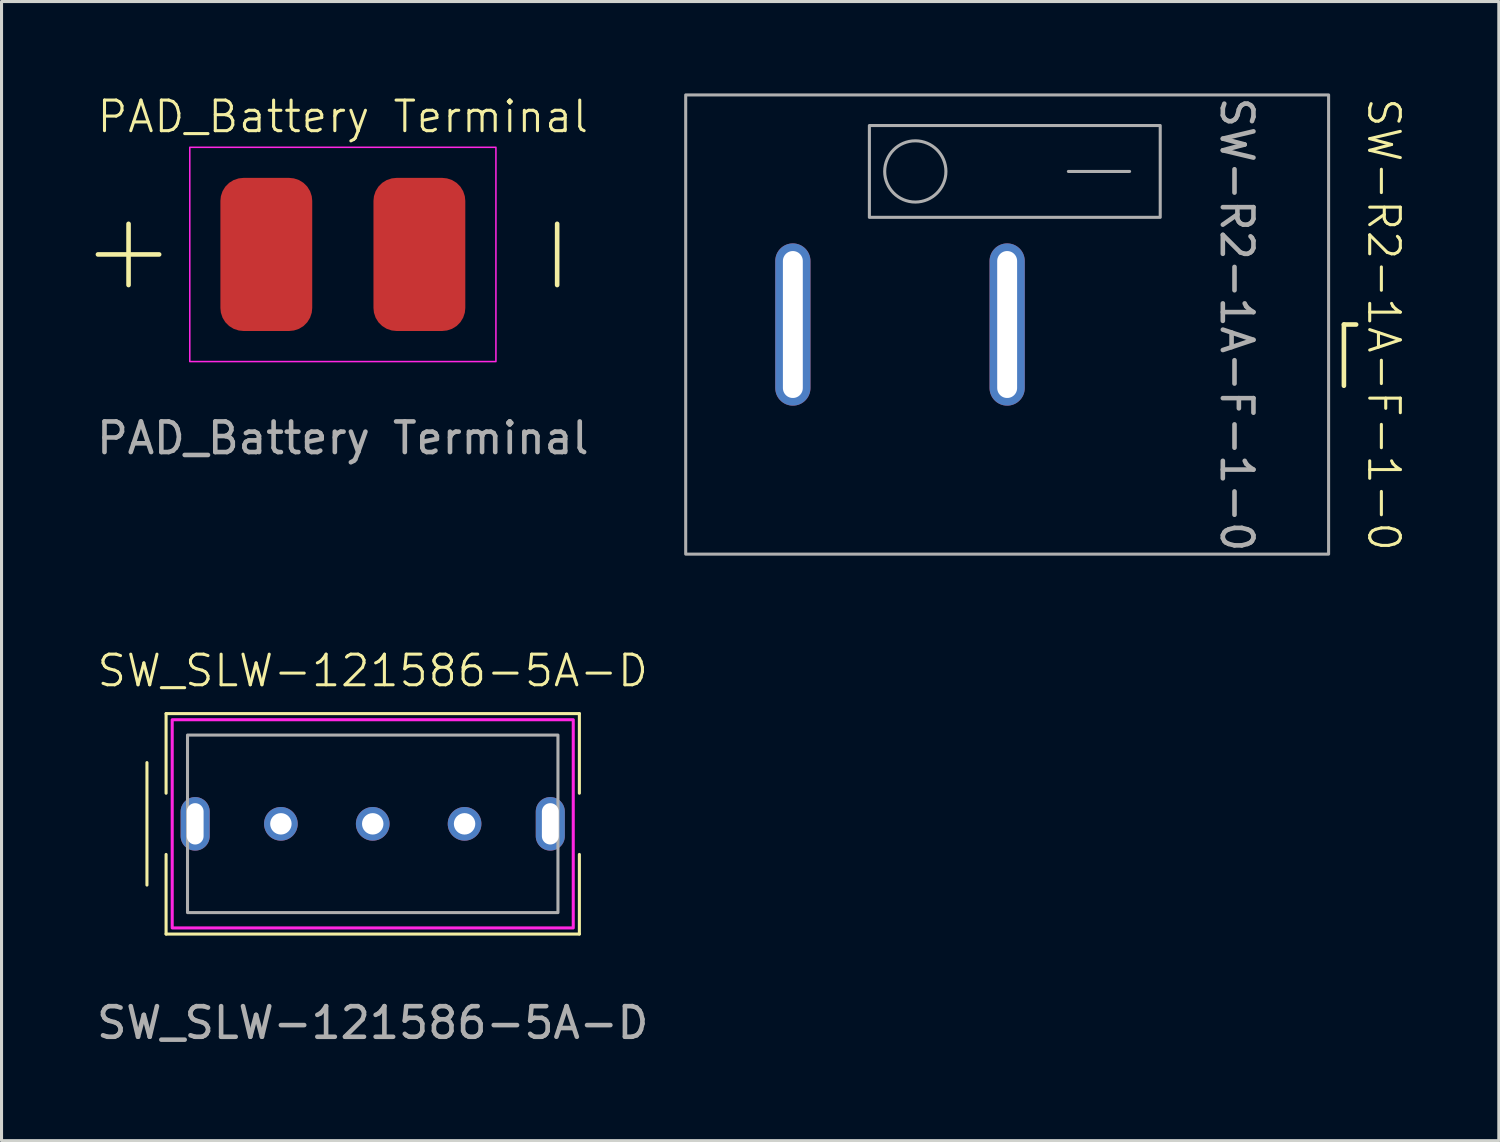
<source format=kicad_pcb>
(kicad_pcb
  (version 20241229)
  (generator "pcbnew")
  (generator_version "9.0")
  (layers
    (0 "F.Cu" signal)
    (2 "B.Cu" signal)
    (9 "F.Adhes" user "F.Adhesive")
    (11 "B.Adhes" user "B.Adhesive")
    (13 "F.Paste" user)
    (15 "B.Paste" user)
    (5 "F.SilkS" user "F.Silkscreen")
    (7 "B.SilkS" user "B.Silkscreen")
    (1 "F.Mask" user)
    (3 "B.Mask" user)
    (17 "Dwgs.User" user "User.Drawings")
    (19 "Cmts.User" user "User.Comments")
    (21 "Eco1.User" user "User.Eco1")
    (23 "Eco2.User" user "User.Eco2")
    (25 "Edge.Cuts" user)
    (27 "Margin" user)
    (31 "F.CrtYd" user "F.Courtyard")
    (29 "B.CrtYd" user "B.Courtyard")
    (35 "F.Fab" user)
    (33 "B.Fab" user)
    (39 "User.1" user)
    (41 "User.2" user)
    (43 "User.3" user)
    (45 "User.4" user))
  (footprint "SW_SLW-121586-5A-D"
    (layer "F.Cu")
    (at 9.125 23.86)
    (property "Reference" "SW_SLW-121586-5A-D" (at 0 -5 0) (unlocked yes) (layer "F.SilkS") (effects (font (size 1 1) (thickness 0.1))))
    (attr through_hole)
    (fp_line (start -7.375 -2) (end -7.375 2) (stroke (width 0.1) (type default)) (layer "F.SilkS"))
    (fp_line (start -6.75 -3.6) (end 6.75 -3.6) (stroke (width 0.1) (type default)) (layer "F.SilkS"))
    (fp_line (start -6.75 -1) (end -6.75 -3.6) (stroke (width 0.1) (type default)) (layer "F.SilkS"))
    (fp_line (start -6.75 3.6) (end -6.75 1) (stroke (width 0.1) (type default)) (layer "F.SilkS"))
    (fp_line (start 6.75 -3.6) (end 6.75 -1) (stroke (width 0.1) (type default)) (layer "F.SilkS"))
    (fp_line (start 6.75 1) (end 6.75 3.6) (stroke (width 0.1) (type default)) (layer "F.SilkS"))
    (fp_line (start 6.75 3.6) (end -6.75 3.6) (stroke (width 0.1) (type default)) (layer "F.SilkS"))
    (fp_rect (start -6.55 -3.4) (end 6.55 3.4) (stroke (width 0.1) (type default)) (fill no) (layer "F.CrtYd"))
    (fp_rect (start -6.05 -2.9) (end 6.05 2.9) (stroke (width 0.1) (type default)) (fill no) (layer "F.Fab"))
    (fp_text user "${REFERENCE}" (at 0 6.5 0) (unlocked yes) (layer "F.Fab") (effects (font (size 1 1) (thickness 0.15))))
    (pad "" thru_hole oval (at -5.8 0) (size 0.95 1.75) (drill oval 0.55 1.35) (layers "*.Cu" "*.Mask"))
    (pad "" thru_hole oval (at 5.8 0) (size 0.95 1.75) (drill oval 0.55 1.35) (layers "*.Cu" "*.Mask"))
    (pad "1" thru_hole circle (at -3 0) (size 1.1 1.1) (drill 0.7) (layers "*.Cu" "*.Mask"))
    (pad "2" thru_hole circle (at 0 0) (size 1.1 1.1) (drill 0.7) (layers "*.Cu" "*.Mask"))
    (pad "3" thru_hole circle (at 3 0) (size 1.1 1.1) (drill 0.7) (layers "*.Cu" "*.Mask")))
  (footprint "SW-R2-1A-F-1-0"
    (layer "F.Cu")
    (at 29.848 7.55)
    (property "Reference" "SW-R2-1A-F-1-0" (at 12.3 0 270) (unlocked yes) (layer "F.SilkS") (effects (font (size 1 1) (thickness 0.1))))
    (attr through_hole)
    (fp_line (start 11 0) (end 11.4 0) (stroke (width 0.15) (type default)) (layer "F.SilkS"))
    (fp_line (start 11 2) (end 11 0) (stroke (width 0.15) (type default)) (layer "F.SilkS"))
    (fp_line (start 2 -5) (end 4 -5) (stroke (width 0.1) (type default)) (layer "F.Fab"))
    (fp_rect (start -10.5 -7.5) (end 10.5 7.5) (stroke (width 0.1) (type default)) (fill no) (layer "F.Fab"))
    (fp_rect (start -4.5 -6.5) (end 5 -3.5) (stroke (width 0.1) (type default)) (fill no) (layer "F.Fab"))
    (fp_circle (center -3 -5) (end -2 -5) (stroke (width 0.1) (type default)) (fill no) (layer "F.Fab"))
    (fp_text user "${REFERENCE}" (at 7.5 0 270) (unlocked yes) (layer "F.Fab") (effects (font (size 1 1) (thickness 0.15))))
    (pad "1" thru_hole oval (at -7 0 180) (size 1.15 5.3) (drill oval 0.65 4.8) (layers "*.Cu" "*.Mask"))
    (pad "2" thru_hole oval (at 0 0) (size 1.15 5.3) (drill oval 0.65 4.8) (layers "*.Cu" "*.Mask")))
  (footprint "PAD_Battery Terminal"
    (layer "F.Cu")
    (at 8.149 5.261)
    (property "Reference" "PAD_Battery Terminal" (at 0 -4.5 0) (unlocked yes) (layer "F.SilkS") (effects (font (size 1 1) (thickness 0.1))))
    (attr smd)
    (fp_line (start -8 0) (end -6 0) (stroke (width 0.15) (type default)) (layer "F.SilkS"))
    (fp_line (start -7 -1) (end -7 1) (stroke (width 0.15) (type default)) (layer "F.SilkS"))
    (fp_line (start 7 -1) (end 7 1) (stroke (width 0.15) (type default)) (layer "F.SilkS"))
    (fp_rect (start -5 -3.5) (end 5 3.5) (stroke (width 0.05) (type default)) (fill no) (layer "F.CrtYd"))
    (fp_text user "${REFERENCE}" (at 0 6 0) (unlocked yes) (layer "F.Fab") (effects (font (size 1 1) (thickness 0.15))))
    (pad "1" smd roundrect (at -2.5 0) (size 3 5) (layers "F.Cu" "F.Mask" "F.Paste") (roundrect_rratio 0.25))
    (pad "2" smd roundrect (at 2.5 0) (size 3 5) (layers "F.Cu" "F.Mask" "F.Paste") (roundrect_rratio 0.25)))
  (gr_rect
    (start -3 -3)
    (end 45.908 34.209)
    (stroke (width 0.1) (type default))
    (fill no)
    (layer "Edge.Cuts")))
</source>
